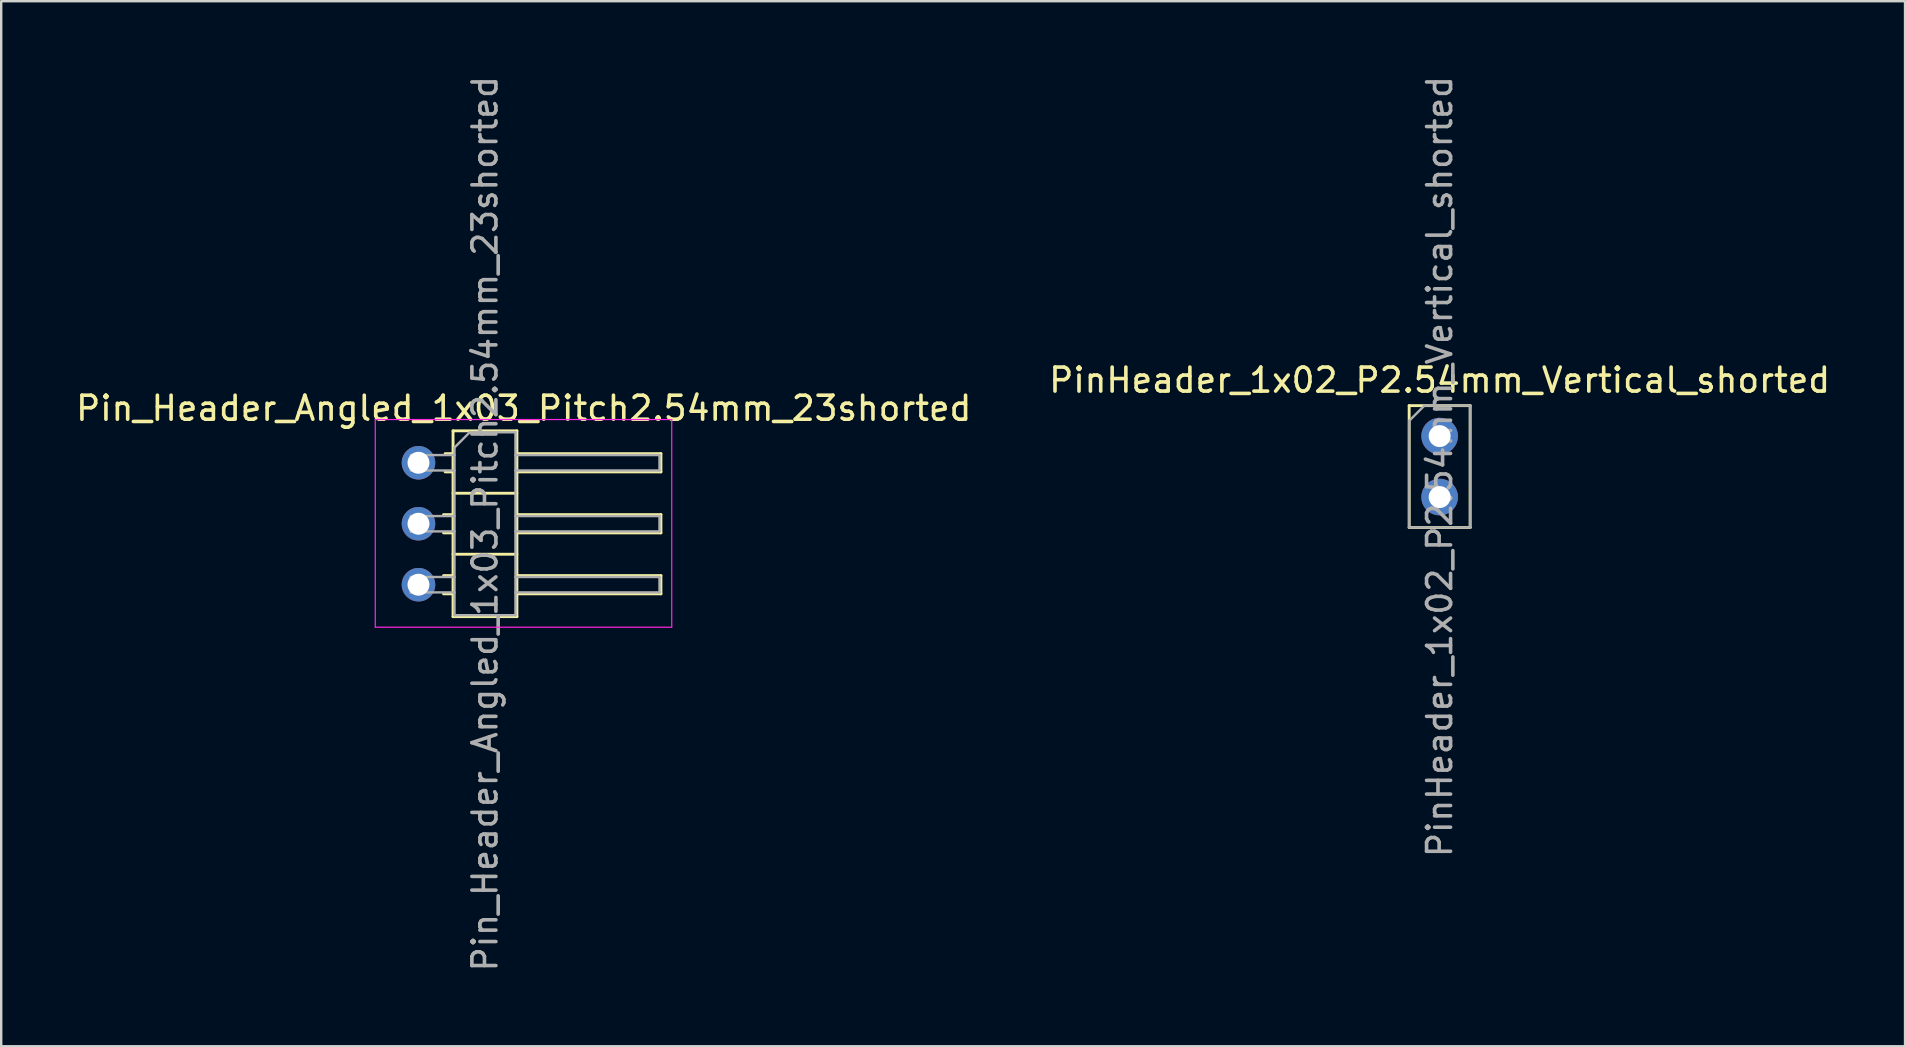
<source format=kicad_pcb>
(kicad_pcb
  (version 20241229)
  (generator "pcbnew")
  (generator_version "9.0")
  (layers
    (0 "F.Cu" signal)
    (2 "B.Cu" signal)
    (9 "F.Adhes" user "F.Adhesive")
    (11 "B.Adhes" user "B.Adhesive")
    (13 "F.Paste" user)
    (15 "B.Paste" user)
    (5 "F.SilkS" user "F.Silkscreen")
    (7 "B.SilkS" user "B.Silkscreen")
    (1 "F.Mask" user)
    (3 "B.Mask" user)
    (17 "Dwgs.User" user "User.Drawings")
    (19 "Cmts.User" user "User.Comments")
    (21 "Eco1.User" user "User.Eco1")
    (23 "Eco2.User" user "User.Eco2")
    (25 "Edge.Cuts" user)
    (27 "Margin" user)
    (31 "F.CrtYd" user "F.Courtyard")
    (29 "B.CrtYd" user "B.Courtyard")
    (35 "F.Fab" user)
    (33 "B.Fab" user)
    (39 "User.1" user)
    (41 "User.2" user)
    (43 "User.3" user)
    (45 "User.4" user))
  (footprint "Pin_Header_Angled_1x03_Pitch2.54mm_23shorted"
    (layer "F.Cu")
    (at 14.383 16.228)
    (property "Reference" "Pin_Header_Angled_1x03_Pitch2.54mm_23shorted" (at 4.385 -2.27 0) (layer "F.SilkS") (effects (font (size 1 1) (thickness 0.15))))
    (attr through_hole)
    (fp_line (start 1.043 2.16) (end 1.44 2.16) (stroke (width 0.12) (type solid)) (layer "F.SilkS"))
    (fp_line (start 1.043 2.92) (end 1.44 2.92) (stroke (width 0.12) (type solid)) (layer "F.SilkS"))
    (fp_line (start 1.043 4.7) (end 1.44 4.7) (stroke (width 0.12) (type solid)) (layer "F.SilkS"))
    (fp_line (start 1.043 5.46) (end 1.44 5.46) (stroke (width 0.12) (type solid)) (layer "F.SilkS"))
    (fp_line (start 1.11 -0.38) (end 1.44 -0.38) (stroke (width 0.12) (type solid)) (layer "F.SilkS"))
    (fp_line (start 1.11 0.38) (end 1.44 0.38) (stroke (width 0.12) (type solid)) (layer "F.SilkS"))
    (fp_line (start 1.44 -1.33) (end 1.44 6.41) (stroke (width 0.12) (type solid)) (layer "F.SilkS"))
    (fp_line (start 1.44 1.27) (end 4.1 1.27) (stroke (width 0.12) (type solid)) (layer "F.SilkS"))
    (fp_line (start 1.44 3.81) (end 4.1 3.81) (stroke (width 0.12) (type solid)) (layer "F.SilkS"))
    (fp_line (start 1.44 6.41) (end 4.1 6.41) (stroke (width 0.12) (type solid)) (layer "F.SilkS"))
    (fp_line (start 4.1 -1.33) (end 1.44 -1.33) (stroke (width 0.12) (type solid)) (layer "F.SilkS"))
    (fp_line (start 4.1 -0.38) (end 10.1 -0.38) (stroke (width 0.12) (type solid)) (layer "F.SilkS"))
    (fp_line (start 4.1 2.16) (end 10.1 2.16) (stroke (width 0.12) (type solid)) (layer "F.SilkS"))
    (fp_line (start 4.1 4.7) (end 10.1 4.7) (stroke (width 0.12) (type solid)) (layer "F.SilkS"))
    (fp_line (start 4.1 6.41) (end 4.1 -1.33) (stroke (width 0.12) (type solid)) (layer "F.SilkS"))
    (fp_line (start 10.1 -0.38) (end 10.1 0.38) (stroke (width 0.12) (type solid)) (layer "F.SilkS"))
    (fp_line (start 10.1 0.38) (end 4.1 0.38) (stroke (width 0.12) (type solid)) (layer "F.SilkS"))
    (fp_line (start 10.1 2.16) (end 10.1 2.92) (stroke (width 0.12) (type solid)) (layer "F.SilkS"))
    (fp_line (start 10.1 2.92) (end 4.1 2.92) (stroke (width 0.12) (type solid)) (layer "F.SilkS"))
    (fp_line (start 10.1 4.7) (end 10.1 5.46) (stroke (width 0.12) (type solid)) (layer "F.SilkS"))
    (fp_line (start 10.1 5.46) (end 4.1 5.46) (stroke (width 0.12) (type solid)) (layer "F.SilkS"))
    (fp_poly (pts (xy 0.318 0.318) (xy -0.318 0.318) (xy -0.318 -0.318) (xy 0.318 -0.318)) (stroke (width 0.003) (type solid)) (fill no) (layer "Dwgs.User"))
    (fp_line (start -1.8 -1.8) (end -1.8 6.85) (stroke (width 0.05) (type solid)) (layer "F.CrtYd"))
    (fp_line (start -1.8 6.85) (end 10.55 6.85) (stroke (width 0.05) (type solid)) (layer "F.CrtYd"))
    (fp_line (start 10.55 -1.8) (end -1.8 -1.8) (stroke (width 0.05) (type solid)) (layer "F.CrtYd"))
    (fp_line (start 10.55 6.85) (end 10.55 -1.8) (stroke (width 0.05) (type solid)) (layer "F.CrtYd"))
    (fp_line (start -0.32 -0.32) (end 1.5 -0.32) (stroke (width 0.1) (type solid)) (layer "F.Fab"))
    (fp_line (start -0.32 0.32) (end 1.5 0.32) (stroke (width 0.1) (type solid)) (layer "F.Fab"))
    (fp_line (start -0.32 2.22) (end -0.32 2.86) (stroke (width 0.1) (type solid)) (layer "F.Fab"))
    (fp_line (start -0.32 2.22) (end 1.5 2.22) (stroke (width 0.1) (type solid)) (layer "F.Fab"))
    (fp_line (start -0.32 2.86) (end 1.5 2.86) (stroke (width 0.1) (type solid)) (layer "F.Fab"))
    (fp_line (start -0.32 4.76) (end -0.32 5.4) (stroke (width 0.1) (type solid)) (layer "F.Fab"))
    (fp_line (start -0.32 4.76) (end 1.5 4.76) (stroke (width 0.1) (type solid)) (layer "F.Fab"))
    (fp_line (start -0.32 5.4) (end 1.5 5.4) (stroke (width 0.1) (type solid)) (layer "F.Fab"))
    (fp_line (start 1.5 -0.635) (end 2.135 -1.27) (stroke (width 0.1) (type solid)) (layer "F.Fab"))
    (fp_line (start 1.5 6.35) (end 1.5 -0.635) (stroke (width 0.1) (type solid)) (layer "F.Fab"))
    (fp_line (start 2.135 -1.27) (end 4.04 -1.27) (stroke (width 0.1) (type solid)) (layer "F.Fab"))
    (fp_line (start 4.04 -1.27) (end 4.04 6.35) (stroke (width 0.1) (type solid)) (layer "F.Fab"))
    (fp_line (start 4.04 -0.32) (end 10.04 -0.32) (stroke (width 0.1) (type solid)) (layer "F.Fab"))
    (fp_line (start 4.04 0.32) (end 10.04 0.32) (stroke (width 0.1) (type solid)) (layer "F.Fab"))
    (fp_line (start 4.04 2.22) (end 10.04 2.22) (stroke (width 0.1) (type solid)) (layer "F.Fab"))
    (fp_line (start 4.04 2.86) (end 10.04 2.86) (stroke (width 0.1) (type solid)) (layer "F.Fab"))
    (fp_line (start 4.04 4.76) (end 10.04 4.76) (stroke (width 0.1) (type solid)) (layer "F.Fab"))
    (fp_line (start 4.04 5.4) (end 10.04 5.4) (stroke (width 0.1) (type solid)) (layer "F.Fab"))
    (fp_line (start 4.04 6.35) (end 1.5 6.35) (stroke (width 0.1) (type solid)) (layer "F.Fab"))
    (fp_line (start 10.04 -0.32) (end 10.04 0.32) (stroke (width 0.1) (type solid)) (layer "F.Fab"))
    (fp_line (start 10.04 2.22) (end 10.04 2.86) (stroke (width 0.1) (type solid)) (layer "F.Fab"))
    (fp_line (start 10.04 4.76) (end 10.04 5.4) (stroke (width 0.1) (type solid)) (layer "F.Fab"))
    (fp_text user "${REFERENCE}" (at 2.77 2.54 90) (layer "F.Fab") (effects (font (size 1 1) (thickness 0.15))))
    (pad "1" thru_hole circle (at 0 0) (size 1.397 1.397) (drill 0.914) (layers "*.Cu" "*.Mask"))
    (pad "2" thru_hole circle (at 0 2.54) (size 1.397 1.397) (drill 0.914) (layers "*.Cu" "*.Mask"))
    (pad "3" thru_hole circle (at 0 5.08) (size 1.397 1.397) (drill 0.914) (layers "*.Cu" "*.Mask")))
  (footprint "PinHeader_1x02_P2.54mm_Vertical_shorted"
    (layer "F.Cu")
    (at 56.923 15.117)
    (property "Reference" "PinHeader_1x02_P2.54mm_Vertical_shorted" (at 0 -2.33 0) (layer "F.SilkS") (effects (font (size 1 1) (thickness 0.15))))
    (attr through_hole)
    (fp_line (start -1.27 -1.27) (end -1.27 3.81) (stroke (width 0.12) (type solid)) (layer "F.SilkS"))
    (fp_line (start -1.27 3.81) (end 1.27 3.81) (stroke (width 0.12) (type solid)) (layer "F.SilkS"))
    (fp_line (start 1.27 -1.27) (end -1.27 -1.27) (stroke (width 0.12) (type solid)) (layer "F.SilkS"))
    (fp_line (start 1.27 3.81) (end 1.27 -1.27) (stroke (width 0.12) (type solid)) (layer "F.SilkS"))
    (fp_line (start -1.27 -0.635) (end -0.635 -1.27) (stroke (width 0.1) (type solid)) (layer "F.Fab"))
    (fp_line (start -1.27 3.81) (end -1.27 -0.635) (stroke (width 0.1) (type solid)) (layer "F.Fab"))
    (fp_line (start -0.635 -1.27) (end 1.27 -1.27) (stroke (width 0.1) (type solid)) (layer "F.Fab"))
    (fp_line (start 1.27 -1.27) (end 1.27 3.81) (stroke (width 0.1) (type solid)) (layer "F.Fab"))
    (fp_line (start 1.27 3.81) (end -1.27 3.81) (stroke (width 0.1) (type solid)) (layer "F.Fab"))
    (fp_text user "${REFERENCE}" (at 0 1.27 90) (layer "F.Fab") (effects (font (size 1 1) (thickness 0.15))))
    (pad "1" thru_hole circle (at 0 0) (size 1.524 1.524) (drill 0.914) (layers "*.Cu" "*.Mask"))
    (pad "2" thru_hole circle (at 0 2.54) (size 1.524 1.524) (drill 0.914) (layers "*.Cu" "*.Mask")))
  (gr_rect
    (start -3 -3)
    (end 76.31 40.536)
    (stroke (width 0.1) (type default))
    (fill no)
    (layer "Edge.Cuts")))
</source>
